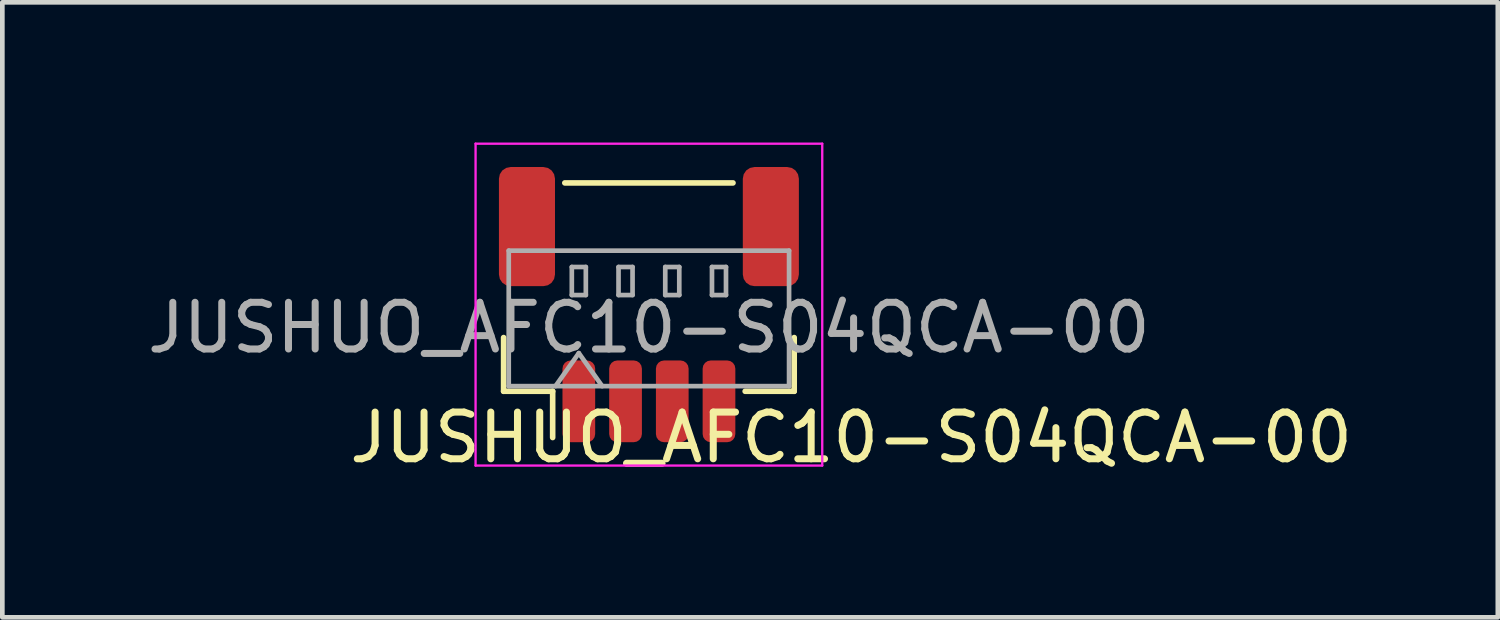
<source format=kicad_pcb>
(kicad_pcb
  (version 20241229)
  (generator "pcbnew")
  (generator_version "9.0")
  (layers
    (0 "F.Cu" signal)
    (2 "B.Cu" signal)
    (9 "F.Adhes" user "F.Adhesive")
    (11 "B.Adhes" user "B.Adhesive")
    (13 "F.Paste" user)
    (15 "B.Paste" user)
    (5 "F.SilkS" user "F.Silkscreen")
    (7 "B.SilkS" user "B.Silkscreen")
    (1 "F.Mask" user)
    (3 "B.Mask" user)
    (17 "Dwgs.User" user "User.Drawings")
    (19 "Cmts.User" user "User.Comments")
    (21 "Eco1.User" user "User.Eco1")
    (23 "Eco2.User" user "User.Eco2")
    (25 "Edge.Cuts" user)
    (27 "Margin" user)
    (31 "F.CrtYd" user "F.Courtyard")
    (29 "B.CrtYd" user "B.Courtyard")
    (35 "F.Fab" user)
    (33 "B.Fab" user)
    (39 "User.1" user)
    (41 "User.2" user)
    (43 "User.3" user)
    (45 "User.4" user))
  (footprint "JUSHUO_AFC10-S04QCA-00"
    (layer "F.Cu")
    (at 10.839 4.215)
    (property "Reference" "JUSHUO_AFC10-S04QCA-00" (at 4.33 2.1 0) (layer "F.SilkS") (effects (font (size 1 1) (thickness 0.15))))
    (attr smd)
    (fp_line (start -3.11 -0.04) (end -3.11 1.11) (stroke (width 0.12) (type solid)) (layer "F.SilkS"))
    (fp_line (start -3.11 1.11) (end -2.06 1.11) (stroke (width 0.12) (type solid)) (layer "F.SilkS"))
    (fp_line (start -2.06 1.11) (end -2.06 2.1) (stroke (width 0.12) (type solid)) (layer "F.SilkS"))
    (fp_line (start -1.8 -3.35) (end 1.8 -3.35) (stroke (width 0.12) (type solid)) (layer "F.SilkS"))
    (fp_line (start 3.11 -0.04) (end 3.11 1.11) (stroke (width 0.12) (type solid)) (layer "F.SilkS"))
    (fp_line (start 3.11 1.11) (end 2.06 1.11) (stroke (width 0.12) (type solid)) (layer "F.SilkS"))
    (fp_line (start -3.71 -4.19) (end -3.71 2.7) (stroke (width 0.05) (type solid)) (layer "F.CrtYd"))
    (fp_line (start -3.71 2.7) (end 3.71 2.7) (stroke (width 0.05) (type solid)) (layer "F.CrtYd"))
    (fp_line (start 3.71 -4.19) (end -3.71 -4.19) (stroke (width 0.05) (type solid)) (layer "F.CrtYd"))
    (fp_line (start 3.71 2.7) (end 3.71 -4.19) (stroke (width 0.05) (type solid)) (layer "F.CrtYd"))
    (fp_line (start -3 -1.9) (end 3 -1.9) (stroke (width 0.1) (type solid)) (layer "F.Fab"))
    (fp_line (start -3 1) (end -3 -1.9) (stroke (width 0.1) (type solid)) (layer "F.Fab"))
    (fp_line (start -3 1) (end 3 1) (stroke (width 0.1) (type solid)) (layer "F.Fab"))
    (fp_line (start -2 1) (end -1.5 0.293) (stroke (width 0.1) (type solid)) (layer "F.Fab"))
    (fp_line (start -1.65 -1.55) (end -1.65 -0.95) (stroke (width 0.1) (type solid)) (layer "F.Fab"))
    (fp_line (start -1.65 -0.95) (end -1.35 -0.95) (stroke (width 0.1) (type solid)) (layer "F.Fab"))
    (fp_line (start -1.5 0.293) (end -1 1) (stroke (width 0.1) (type solid)) (layer "F.Fab"))
    (fp_line (start -1.35 -1.55) (end -1.65 -1.55) (stroke (width 0.1) (type solid)) (layer "F.Fab"))
    (fp_line (start -1.35 -0.95) (end -1.35 -1.55) (stroke (width 0.1) (type solid)) (layer "F.Fab"))
    (fp_line (start -0.65 -1.55) (end -0.65 -0.95) (stroke (width 0.1) (type solid)) (layer "F.Fab"))
    (fp_line (start -0.65 -0.95) (end -0.35 -0.95) (stroke (width 0.1) (type solid)) (layer "F.Fab"))
    (fp_line (start -0.35 -1.55) (end -0.65 -1.55) (stroke (width 0.1) (type solid)) (layer "F.Fab"))
    (fp_line (start -0.35 -0.95) (end -0.35 -1.55) (stroke (width 0.1) (type solid)) (layer "F.Fab"))
    (fp_line (start 0.35 -1.55) (end 0.35 -0.95) (stroke (width 0.1) (type solid)) (layer "F.Fab"))
    (fp_line (start 0.35 -0.95) (end 0.65 -0.95) (stroke (width 0.1) (type solid)) (layer "F.Fab"))
    (fp_line (start 0.65 -1.55) (end 0.35 -1.55) (stroke (width 0.1) (type solid)) (layer "F.Fab"))
    (fp_line (start 0.65 -0.95) (end 0.65 -1.55) (stroke (width 0.1) (type solid)) (layer "F.Fab"))
    (fp_line (start 1.35 -1.55) (end 1.35 -0.95) (stroke (width 0.1) (type solid)) (layer "F.Fab"))
    (fp_line (start 1.35 -0.95) (end 1.65 -0.95) (stroke (width 0.1) (type solid)) (layer "F.Fab"))
    (fp_line (start 1.65 -1.55) (end 1.35 -1.55) (stroke (width 0.1) (type solid)) (layer "F.Fab"))
    (fp_line (start 1.65 -0.95) (end 1.65 -1.55) (stroke (width 0.1) (type solid)) (layer "F.Fab"))
    (fp_line (start 3 1) (end 3 -1.9) (stroke (width 0.1) (type solid)) (layer "F.Fab"))
    (fp_text user "${REFERENCE}" (at 0 -0.25 0) (layer "F.Fab") (effects (font (size 1 1) (thickness 0.15))))
    (pad "1" smd roundrect (at -1.5 1.325) (size 0.7 1.75) (layers "F.Cu" "F.Mask" "F.Paste") (roundrect_rratio 0.25))
    (pad "2" smd roundrect (at -0.5 1.325) (size 0.7 1.75) (layers "F.Cu" "F.Mask" "F.Paste") (roundrect_rratio 0.25))
    (pad "3" smd roundrect (at 0.5 1.325) (size 0.7 1.75) (layers "F.Cu" "F.Mask" "F.Paste") (roundrect_rratio 0.25))
    (pad "4" smd roundrect (at 1.5 1.325) (size 0.7 1.75) (layers "F.Cu" "F.Mask" "F.Paste") (roundrect_rratio 0.25))
    (pad "MP1" smd roundrect (at -2.61 -2.415) (size 1.2 2.55) (layers "F.Cu" "F.Mask" "F.Paste") (roundrect_rratio 0.208))
    (pad "MP2" smd roundrect (at 2.61 -2.415) (size 1.2 2.55) (layers "F.Cu" "F.Mask" "F.Paste") (roundrect_rratio 0.208)))
  (gr_rect
    (start -3 -3)
    (end 29.009 10.163)
    (stroke (width 0.1) (type default))
    (fill no)
    (layer "Edge.Cuts")))
</source>
